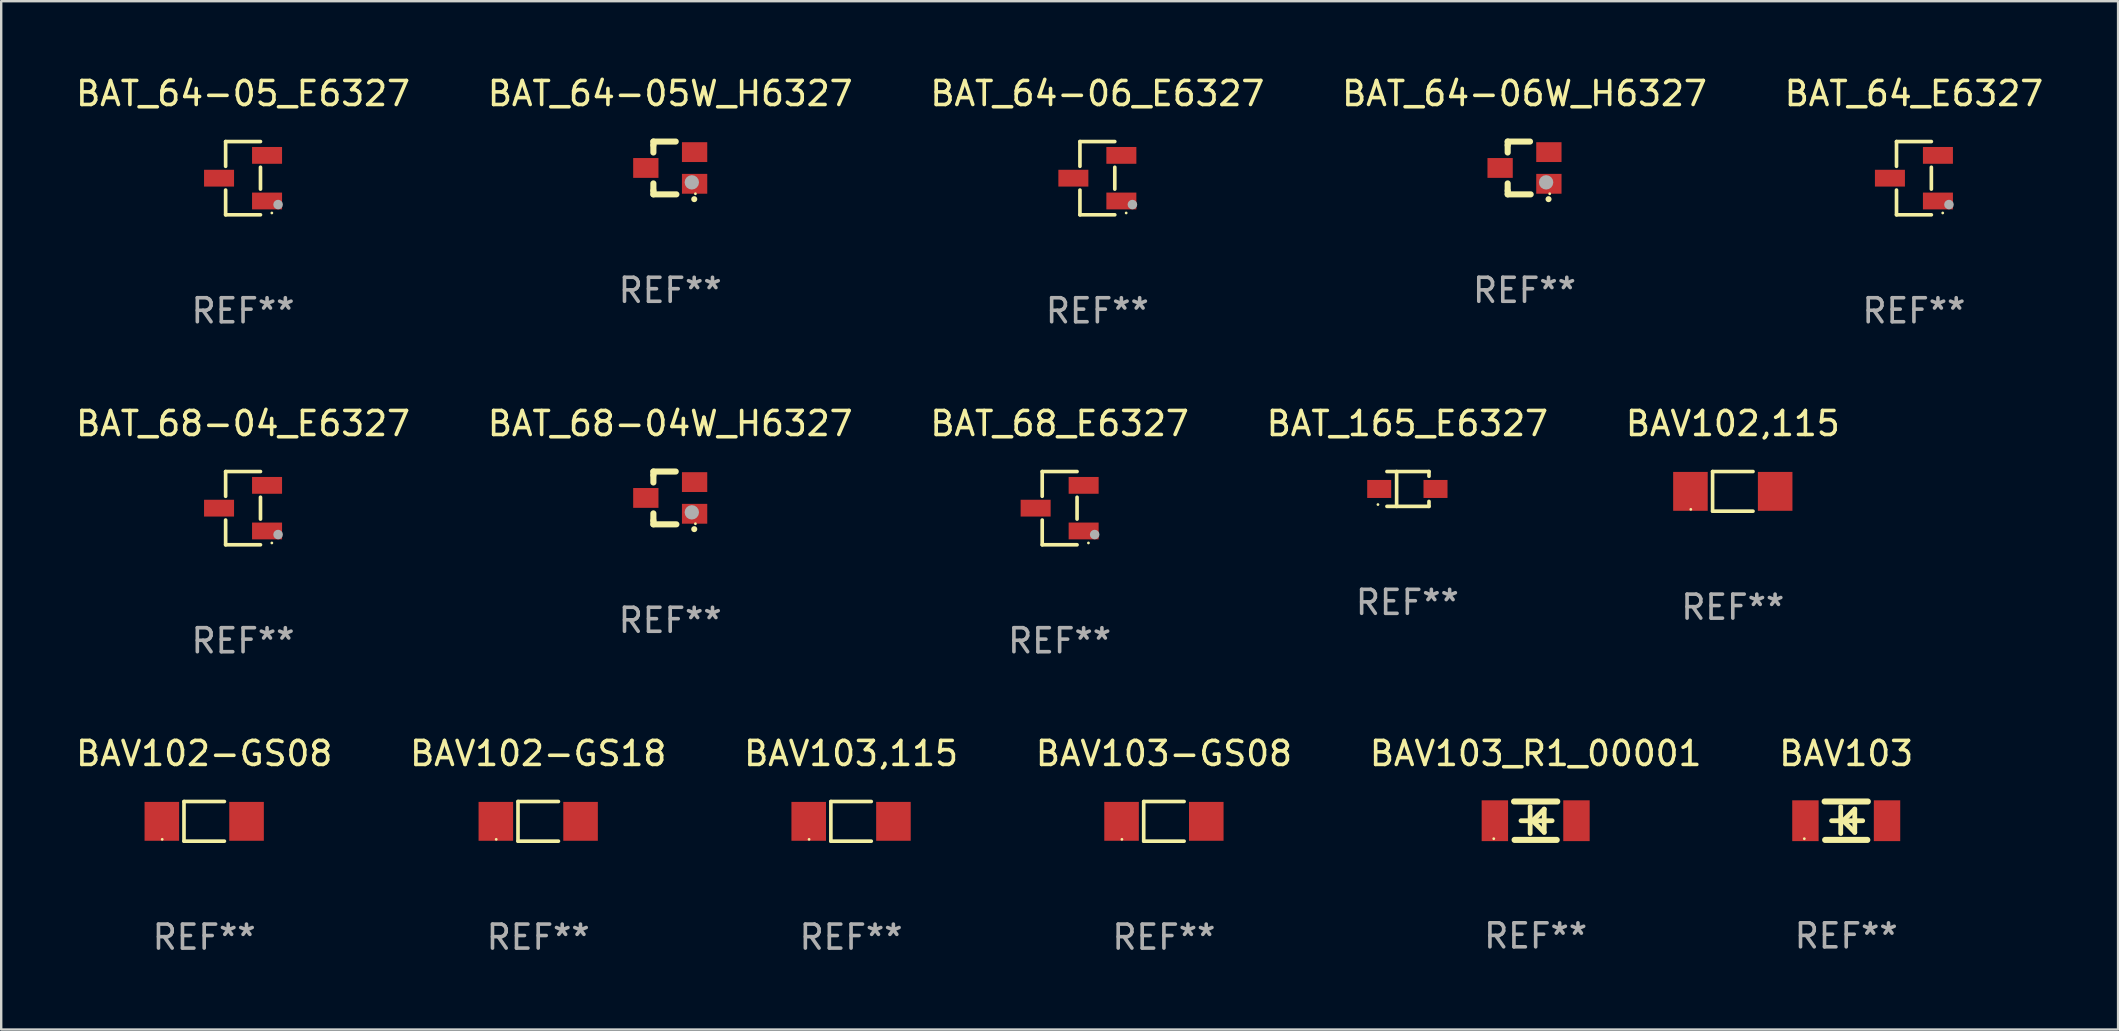
<source format=kicad_pcb>
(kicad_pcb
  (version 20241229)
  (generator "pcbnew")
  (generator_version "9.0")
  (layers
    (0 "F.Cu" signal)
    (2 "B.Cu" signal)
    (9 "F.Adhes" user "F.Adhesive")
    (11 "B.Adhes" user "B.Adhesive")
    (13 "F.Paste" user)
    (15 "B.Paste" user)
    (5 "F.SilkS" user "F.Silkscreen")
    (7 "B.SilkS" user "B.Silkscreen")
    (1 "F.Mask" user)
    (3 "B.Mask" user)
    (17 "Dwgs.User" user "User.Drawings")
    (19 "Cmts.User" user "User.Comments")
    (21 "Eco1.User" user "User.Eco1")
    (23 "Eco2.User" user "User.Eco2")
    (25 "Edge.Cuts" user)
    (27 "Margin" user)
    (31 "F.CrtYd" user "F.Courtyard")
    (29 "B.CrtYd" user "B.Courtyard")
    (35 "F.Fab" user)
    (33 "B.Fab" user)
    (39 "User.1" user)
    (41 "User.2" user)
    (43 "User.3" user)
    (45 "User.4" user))
  (footprint "BAT_64-06W_H6327"
    (layer "F.Cu")
    (at 60.47 3.948)
    (property "Reference" "BAT_64-06W_H6327" (at 0 -3.1 0) (layer "F.SilkS") (effects (font (size 1 1) (thickness 0.15))))
    (attr through_hole)
    (fp_line (start -0.701 -0.95) (end -0.701 -1.1) (stroke (width 0.254) (type solid)) (layer "F.SilkS"))
    (fp_line (start -0.701 -0.644) (end -0.701 -0.95) (stroke (width 0.254) (type solid)) (layer "F.SilkS"))
    (fp_line (start -0.701 0.95) (end -0.701 0.644) (stroke (width 0.254) (type solid)) (layer "F.SilkS"))
    (fp_line (start -0.701 0.95) (end -0.701 1.1) (stroke (width 0.254) (type solid)) (layer "F.SilkS"))
    (fp_line (start -0.7 -1.1) (end 0.23 -1.1) (stroke (width 0.254) (type solid)) (layer "F.SilkS"))
    (fp_line (start -0.7 1.1) (end 0.258 1.1) (stroke (width 0.254) (type solid)) (layer "F.SilkS"))
    (fp_arc (start 1 1.3) (mid 1.00127 1.299994) (end 1.00254 1.3) (stroke (width 0.24892) (type solid)) (layer "F.SilkS"))
    (fp_circle (center 1.05 1.075) (end 1.08 1.075) (stroke (width 0.06) (type solid)) (fill no) (layer "F.SilkS"))
    (fp_circle (center 0.9 0.6) (end 1.05 0.6) (stroke (width 0.3) (type solid)) (fill no) (layer "F.Fab"))
    (fp_text user "REF**" (at 0 5.1 0) (layer "F.Fab") (effects (font (size 1 1) (thickness 0.15))))
    (pad "1" smd rect (at 1.016 0.66) (size 1.054 0.826) (layers "F.Cu" "F.Mask" "F.Paste"))
    (pad "2" smd rect (at 1.016 -0.66) (size 1.054 0.826) (layers "F.Cu" "F.Mask" "F.Paste"))
    (pad "3" smd rect (at -1.016 0) (size 1.054 0.826) (layers "F.Cu" "F.Mask" "F.Paste")))
  (footprint "BAV103,115"
    (layer "F.Cu")
    (at 32.411 31.172)
    (property "Reference" "BAV103,115" (at 0 -2.826 0) (layer "F.SilkS") (effects (font (size 1 1) (thickness 0.15))))
    (attr through_hole)
    (fp_line (start -0.842 -0.826) (end -0.842 0.826) (stroke (width 0.152) (type solid)) (layer "F.SilkS"))
    (fp_line (start -0.842 -0.826) (end 0.842 -0.826) (stroke (width 0.152) (type solid)) (layer "F.SilkS"))
    (fp_line (start -0.842 0.826) (end 0.842 0.826) (stroke (width 0.152) (type solid)) (layer "F.SilkS"))
    (fp_circle (center -1.75 0.75) (end -1.72 0.75) (stroke (width 0.06) (type solid)) (fill no) (layer "F.SilkS"))
    (fp_text user "REF**" (at 0 4.826 0) (layer "F.Fab") (effects (font (size 1 1) (thickness 0.15))))
    (pad "1" smd rect (at -1.765 0) (size 1.44 1.62) (layers "F.Cu" "F.Mask" "F.Paste"))
    (pad "2" smd rect (at 1.765 0) (size 1.44 1.62) (layers "F.Cu" "F.Mask" "F.Paste")))
  (footprint "BAT_64_E6327"
    (layer "F.Cu")
    (at 76.696 4.374)
    (property "Reference" "BAT_64_E6327" (at 0 -3.526 0) (layer "F.SilkS") (effects (font (size 1 1) (thickness 0.15))))
    (attr through_hole)
    (fp_line (start -0.726 -1.526) (end -0.726 -0.495) (stroke (width 0.152) (type solid)) (layer "F.SilkS"))
    (fp_line (start -0.726 1.526) (end -0.726 0.495) (stroke (width 0.152) (type solid)) (layer "F.SilkS"))
    (fp_line (start 0.726 -1.526) (end -0.726 -1.526) (stroke (width 0.152) (type solid)) (layer "F.SilkS"))
    (fp_line (start 0.726 -0.455) (end 0.726 0.455) (stroke (width 0.152) (type solid)) (layer "F.SilkS"))
    (fp_line (start 0.726 1.526) (end -0.726 1.526) (stroke (width 0.152) (type solid)) (layer "F.SilkS"))
    (fp_circle (center 1.2 1.45) (end 1.23 1.45) (stroke (width 0.06) (type solid)) (fill no) (layer "F.SilkS"))
    (fp_circle (center 1.46 1.1) (end 1.56 1.1) (stroke (width 0.2) (type solid)) (fill no) (layer "F.Fab"))
    (fp_text user "REF**" (at 0 5.526 0) (layer "F.Fab") (effects (font (size 1 1) (thickness 0.15))))
    (pad "1" smd rect (at 1 0.95) (size 1.25 0.7) (layers "F.Cu" "F.Mask" "F.Paste"))
    (pad "2" smd rect (at 1 -0.95) (size 1.25 0.7) (layers "F.Cu" "F.Mask" "F.Paste"))
    (pad "3" smd rect (at -1 0) (size 1.25 0.7) (layers "F.Cu" "F.Mask" "F.Paste")))
  (footprint "BAT_68_E6327"
    (layer "F.Cu")
    (at 41.101 18.123)
    (property "Reference" "BAT_68_E6327" (at 0 -3.526 0) (layer "F.SilkS") (effects (font (size 1 1) (thickness 0.15))))
    (attr through_hole)
    (fp_line (start -0.726 -1.526) (end -0.726 -0.495) (stroke (width 0.152) (type solid)) (layer "F.SilkS"))
    (fp_line (start -0.726 1.526) (end -0.726 0.495) (stroke (width 0.152) (type solid)) (layer "F.SilkS"))
    (fp_line (start 0.726 -1.526) (end -0.726 -1.526) (stroke (width 0.152) (type solid)) (layer "F.SilkS"))
    (fp_line (start 0.726 -0.455) (end 0.726 0.455) (stroke (width 0.152) (type solid)) (layer "F.SilkS"))
    (fp_line (start 0.726 1.526) (end -0.726 1.526) (stroke (width 0.152) (type solid)) (layer "F.SilkS"))
    (fp_circle (center 1.2 1.45) (end 1.23 1.45) (stroke (width 0.06) (type solid)) (fill no) (layer "F.SilkS"))
    (fp_circle (center 1.46 1.1) (end 1.56 1.1) (stroke (width 0.2) (type solid)) (fill no) (layer "F.Fab"))
    (fp_text user "REF**" (at 0 5.526 0) (layer "F.Fab") (effects (font (size 1 1) (thickness 0.15))))
    (pad "1" smd rect (at 1 0.95) (size 1.25 0.7) (layers "F.Cu" "F.Mask" "F.Paste"))
    (pad "2" smd rect (at 1 -0.95) (size 1.25 0.7) (layers "F.Cu" "F.Mask" "F.Paste"))
    (pad "3" smd rect (at -1 0) (size 1.25 0.7) (layers "F.Cu" "F.Mask" "F.Paste")))
  (footprint "BAT_64-06_E6327"
    (layer "F.Cu")
    (at 42.673 4.374)
    (property "Reference" "BAT_64-06_E6327" (at 0 -3.526 0) (layer "F.SilkS") (effects (font (size 1 1) (thickness 0.15))))
    (attr through_hole)
    (fp_line (start -0.726 -1.526) (end -0.726 -0.495) (stroke (width 0.152) (type solid)) (layer "F.SilkS"))
    (fp_line (start -0.726 1.526) (end -0.726 0.495) (stroke (width 0.152) (type solid)) (layer "F.SilkS"))
    (fp_line (start 0.726 -1.526) (end -0.726 -1.526) (stroke (width 0.152) (type solid)) (layer "F.SilkS"))
    (fp_line (start 0.726 -0.455) (end 0.726 0.455) (stroke (width 0.152) (type solid)) (layer "F.SilkS"))
    (fp_line (start 0.726 1.526) (end -0.726 1.526) (stroke (width 0.152) (type solid)) (layer "F.SilkS"))
    (fp_circle (center 1.2 1.45) (end 1.23 1.45) (stroke (width 0.06) (type solid)) (fill no) (layer "F.SilkS"))
    (fp_circle (center 1.46 1.1) (end 1.56 1.1) (stroke (width 0.2) (type solid)) (fill no) (layer "F.Fab"))
    (fp_text user "REF**" (at 0 5.526 0) (layer "F.Fab") (effects (font (size 1 1) (thickness 0.15))))
    (pad "1" smd rect (at 1 0.95) (size 1.25 0.7) (layers "F.Cu" "F.Mask" "F.Paste"))
    (pad "2" smd rect (at 1 -0.95) (size 1.25 0.7) (layers "F.Cu" "F.Mask" "F.Paste"))
    (pad "3" smd rect (at -1 0) (size 1.25 0.7) (layers "F.Cu" "F.Mask" "F.Paste")))
  (footprint "BAV103_R1_00001"
    (layer "F.Cu")
    (at 60.935 31.146)
    (property "Reference" "BAV103_R1_00001" (at 0 -2.8 0) (layer "F.SilkS") (effects (font (size 1 1) (thickness 0.15))))
    (attr through_hole)
    (fp_line (start -0.9 -0.8) (end 0.9 -0.8) (stroke (width 0.254) (type solid)) (layer "F.SilkS"))
    (fp_line (start -0.878 0.8) (end 0.878 0.8) (stroke (width 0.254) (type solid)) (layer "F.SilkS"))
    (fp_line (start -0.61 0) (end 0.686 0) (stroke (width 0.2) (type solid)) (layer "F.SilkS"))
    (fp_line (start -0.229 -0.584) (end -0.229 0.533) (stroke (width 0.2) (type solid)) (layer "F.SilkS"))
    (fp_line (start -0.127 0) (end 0.356 -0.483) (stroke (width 0.2) (type solid)) (layer "F.SilkS"))
    (fp_line (start 0.356 -0.483) (end 0.356 0.483) (stroke (width 0.2) (type solid)) (layer "F.SilkS"))
    (fp_line (start 0.356 0.483) (end -0.102 0.025) (stroke (width 0.2) (type solid)) (layer "F.SilkS"))
    (fp_circle (center -1.746 0.75) (end -1.716 0.75) (stroke (width 0.06) (type solid)) (fill no) (layer "F.SilkS"))
    (fp_text user "REF**" (at 0 4.8 0) (layer "F.Fab") (effects (font (size 1 1) (thickness 0.15))))
    (pad "1" smd rect (at -1.7 0 180) (size 1.1 1.7) (layers "F.Cu" "F.Mask" "F.Paste"))
    (pad "2" smd rect (at 1.7 0 180) (size 1.1 1.7) (layers "F.Cu" "F.Mask" "F.Paste")))
  (footprint "BAV103-GS08"
    (layer "F.Cu")
    (at 45.446 31.172)
    (property "Reference" "BAV103-GS08" (at 0 -2.826 0) (layer "F.SilkS") (effects (font (size 1 1) (thickness 0.15))))
    (attr through_hole)
    (fp_line (start -0.842 -0.826) (end -0.842 0.826) (stroke (width 0.152) (type solid)) (layer "F.SilkS"))
    (fp_line (start -0.842 -0.826) (end 0.842 -0.826) (stroke (width 0.152) (type solid)) (layer "F.SilkS"))
    (fp_line (start -0.842 0.826) (end 0.842 0.826) (stroke (width 0.152) (type solid)) (layer "F.SilkS"))
    (fp_circle (center -1.75 0.75) (end -1.72 0.75) (stroke (width 0.06) (type solid)) (fill no) (layer "F.SilkS"))
    (fp_text user "REF**" (at 0 4.826 0) (layer "F.Fab") (effects (font (size 1 1) (thickness 0.15))))
    (pad "1" smd rect (at -1.765 0) (size 1.44 1.62) (layers "F.Cu" "F.Mask" "F.Paste"))
    (pad "2" smd rect (at 1.765 0) (size 1.44 1.62) (layers "F.Cu" "F.Mask" "F.Paste")))
  (footprint "BAT_68-04_E6327"
    (layer "F.Cu")
    (at 7.077 18.123)
    (property "Reference" "BAT_68-04_E6327" (at 0 -3.526 0) (layer "F.SilkS") (effects (font (size 1 1) (thickness 0.15))))
    (attr through_hole)
    (fp_line (start -0.726 -1.526) (end -0.726 -0.495) (stroke (width 0.152) (type solid)) (layer "F.SilkS"))
    (fp_line (start -0.726 1.526) (end -0.726 0.495) (stroke (width 0.152) (type solid)) (layer "F.SilkS"))
    (fp_line (start 0.726 -1.526) (end -0.726 -1.526) (stroke (width 0.152) (type solid)) (layer "F.SilkS"))
    (fp_line (start 0.726 -0.455) (end 0.726 0.455) (stroke (width 0.152) (type solid)) (layer "F.SilkS"))
    (fp_line (start 0.726 1.526) (end -0.726 1.526) (stroke (width 0.152) (type solid)) (layer "F.SilkS"))
    (fp_circle (center 1.2 1.45) (end 1.23 1.45) (stroke (width 0.06) (type solid)) (fill no) (layer "F.SilkS"))
    (fp_circle (center 1.46 1.1) (end 1.56 1.1) (stroke (width 0.2) (type solid)) (fill no) (layer "F.Fab"))
    (fp_text user "REF**" (at 0 5.526 0) (layer "F.Fab") (effects (font (size 1 1) (thickness 0.15))))
    (pad "1" smd rect (at 1 0.95) (size 1.25 0.7) (layers "F.Cu" "F.Mask" "F.Paste"))
    (pad "2" smd rect (at 1 -0.95) (size 1.25 0.7) (layers "F.Cu" "F.Mask" "F.Paste"))
    (pad "3" smd rect (at -1 0) (size 1.25 0.7) (layers "F.Cu" "F.Mask" "F.Paste")))
  (footprint "BAT_64-05W_H6327"
    (layer "F.Cu")
    (at 24.875 3.948)
    (property "Reference" "BAT_64-05W_H6327" (at 0 -3.1 0) (layer "F.SilkS") (effects (font (size 1 1) (thickness 0.15))))
    (attr through_hole)
    (fp_line (start -0.701 -0.95) (end -0.701 -1.1) (stroke (width 0.254) (type solid)) (layer "F.SilkS"))
    (fp_line (start -0.701 -0.644) (end -0.701 -0.95) (stroke (width 0.254) (type solid)) (layer "F.SilkS"))
    (fp_line (start -0.701 0.95) (end -0.701 0.644) (stroke (width 0.254) (type solid)) (layer "F.SilkS"))
    (fp_line (start -0.701 0.95) (end -0.701 1.1) (stroke (width 0.254) (type solid)) (layer "F.SilkS"))
    (fp_line (start -0.7 -1.1) (end 0.23 -1.1) (stroke (width 0.254) (type solid)) (layer "F.SilkS"))
    (fp_line (start -0.7 1.1) (end 0.258 1.1) (stroke (width 0.254) (type solid)) (layer "F.SilkS"))
    (fp_arc (start 1 1.3) (mid 1.00127 1.299994) (end 1.00254 1.3) (stroke (width 0.24892) (type solid)) (layer "F.SilkS"))
    (fp_circle (center 1.05 1.075) (end 1.08 1.075) (stroke (width 0.06) (type solid)) (fill no) (layer "F.SilkS"))
    (fp_circle (center 0.9 0.6) (end 1.05 0.6) (stroke (width 0.3) (type solid)) (fill no) (layer "F.Fab"))
    (fp_text user "REF**" (at 0 5.1 0) (layer "F.Fab") (effects (font (size 1 1) (thickness 0.15))))
    (pad "1" smd rect (at 1.016 0.66) (size 1.054 0.826) (layers "F.Cu" "F.Mask" "F.Paste"))
    (pad "2" smd rect (at 1.016 -0.66) (size 1.054 0.826) (layers "F.Cu" "F.Mask" "F.Paste"))
    (pad "3" smd rect (at -1.016 0) (size 1.054 0.826) (layers "F.Cu" "F.Mask" "F.Paste")))
  (footprint "BAV102,115"
    (layer "F.Cu")
    (at 69.149 17.423)
    (property "Reference" "BAV102,115" (at 0 -2.826 0) (layer "F.SilkS") (effects (font (size 1 1) (thickness 0.15))))
    (attr through_hole)
    (fp_line (start -0.842 -0.826) (end -0.842 0.826) (stroke (width 0.152) (type solid)) (layer "F.SilkS"))
    (fp_line (start -0.842 -0.826) (end 0.842 -0.826) (stroke (width 0.152) (type solid)) (layer "F.SilkS"))
    (fp_line (start -0.842 0.826) (end 0.842 0.826) (stroke (width 0.152) (type solid)) (layer "F.SilkS"))
    (fp_circle (center -1.75 0.75) (end -1.72 0.75) (stroke (width 0.06) (type solid)) (fill no) (layer "F.SilkS"))
    (fp_text user "REF**" (at 0 4.826 0) (layer "F.Fab") (effects (font (size 1 1) (thickness 0.15))))
    (pad "1" smd rect (at -1.765 0) (size 1.44 1.62) (layers "F.Cu" "F.Mask" "F.Paste"))
    (pad "2" smd rect (at 1.765 0) (size 1.44 1.62) (layers "F.Cu" "F.Mask" "F.Paste")))
  (footprint "BAV102-GS18"
    (layer "F.Cu")
    (at 19.375 31.172)
    (property "Reference" "BAV102-GS18" (at 0 -2.826 0) (layer "F.SilkS") (effects (font (size 1 1) (thickness 0.15))))
    (attr through_hole)
    (fp_line (start -0.842 -0.826) (end -0.842 0.826) (stroke (width 0.152) (type solid)) (layer "F.SilkS"))
    (fp_line (start -0.842 -0.826) (end 0.842 -0.826) (stroke (width 0.152) (type solid)) (layer "F.SilkS"))
    (fp_line (start -0.842 0.826) (end 0.842 0.826) (stroke (width 0.152) (type solid)) (layer "F.SilkS"))
    (fp_circle (center -1.75 0.75) (end -1.72 0.75) (stroke (width 0.06) (type solid)) (fill no) (layer "F.SilkS"))
    (fp_text user "REF**" (at 0 4.826 0) (layer "F.Fab") (effects (font (size 1 1) (thickness 0.15))))
    (pad "1" smd rect (at -1.765 0) (size 1.44 1.62) (layers "F.Cu" "F.Mask" "F.Paste"))
    (pad "2" smd rect (at 1.765 0) (size 1.44 1.62) (layers "F.Cu" "F.Mask" "F.Paste")))
  (footprint "BAV102-GS08"
    (layer "F.Cu")
    (at 5.458 31.172)
    (property "Reference" "BAV102-GS08" (at 0 -2.826 0) (layer "F.SilkS") (effects (font (size 1 1) (thickness 0.15))))
    (attr through_hole)
    (fp_line (start -0.842 -0.826) (end -0.842 0.826) (stroke (width 0.152) (type solid)) (layer "F.SilkS"))
    (fp_line (start -0.842 -0.826) (end 0.842 -0.826) (stroke (width 0.152) (type solid)) (layer "F.SilkS"))
    (fp_line (start -0.842 0.826) (end 0.842 0.826) (stroke (width 0.152) (type solid)) (layer "F.SilkS"))
    (fp_circle (center -1.75 0.75) (end -1.72 0.75) (stroke (width 0.06) (type solid)) (fill no) (layer "F.SilkS"))
    (fp_text user "REF**" (at 0 4.826 0) (layer "F.Fab") (effects (font (size 1 1) (thickness 0.15))))
    (pad "1" smd rect (at -1.765 0) (size 1.44 1.62) (layers "F.Cu" "F.Mask" "F.Paste"))
    (pad "2" smd rect (at 1.765 0) (size 1.44 1.62) (layers "F.Cu" "F.Mask" "F.Paste")))
  (footprint "BAV103"
    (layer "F.Cu")
    (at 73.875 31.146)
    (property "Reference" "BAV103" (at 0 -2.8 0) (layer "F.SilkS") (effects (font (size 1 1) (thickness 0.15))))
    (attr through_hole)
    (fp_line (start -0.9 -0.8) (end 0.9 -0.8) (stroke (width 0.254) (type solid)) (layer "F.SilkS"))
    (fp_line (start -0.878 0.8) (end 0.878 0.8) (stroke (width 0.254) (type solid)) (layer "F.SilkS"))
    (fp_line (start -0.61 0) (end 0.686 0) (stroke (width 0.2) (type solid)) (layer "F.SilkS"))
    (fp_line (start -0.229 -0.584) (end -0.229 0.533) (stroke (width 0.2) (type solid)) (layer "F.SilkS"))
    (fp_line (start -0.127 0) (end 0.356 -0.483) (stroke (width 0.2) (type solid)) (layer "F.SilkS"))
    (fp_line (start 0.356 -0.483) (end 0.356 0.483) (stroke (width 0.2) (type solid)) (layer "F.SilkS"))
    (fp_line (start 0.356 0.483) (end -0.102 0.025) (stroke (width 0.2) (type solid)) (layer "F.SilkS"))
    (fp_circle (center -1.746 0.75) (end -1.716 0.75) (stroke (width 0.06) (type solid)) (fill no) (layer "F.SilkS"))
    (fp_text user "REF**" (at 0 4.8 0) (layer "F.Fab") (effects (font (size 1 1) (thickness 0.15))))
    (pad "1" smd rect (at -1.7 0 180) (size 1.1 1.7) (layers "F.Cu" "F.Mask" "F.Paste"))
    (pad "2" smd rect (at 1.7 0 180) (size 1.1 1.7) (layers "F.Cu" "F.Mask" "F.Paste")))
  (footprint "BAT_68-04W_H6327"
    (layer "F.Cu")
    (at 24.875 17.697)
    (property "Reference" "BAT_68-04W_H6327" (at 0 -3.1 0) (layer "F.SilkS") (effects (font (size 1 1) (thickness 0.15))))
    (attr through_hole)
    (fp_line (start -0.701 -0.95) (end -0.701 -1.1) (stroke (width 0.254) (type solid)) (layer "F.SilkS"))
    (fp_line (start -0.701 -0.644) (end -0.701 -0.95) (stroke (width 0.254) (type solid)) (layer "F.SilkS"))
    (fp_line (start -0.701 0.95) (end -0.701 0.644) (stroke (width 0.254) (type solid)) (layer "F.SilkS"))
    (fp_line (start -0.701 0.95) (end -0.701 1.1) (stroke (width 0.254) (type solid)) (layer "F.SilkS"))
    (fp_line (start -0.7 -1.1) (end 0.23 -1.1) (stroke (width 0.254) (type solid)) (layer "F.SilkS"))
    (fp_line (start -0.7 1.1) (end 0.258 1.1) (stroke (width 0.254) (type solid)) (layer "F.SilkS"))
    (fp_arc (start 1 1.3) (mid 1.00127 1.299994) (end 1.00254 1.3) (stroke (width 0.24892) (type solid)) (layer "F.SilkS"))
    (fp_circle (center 1.05 1.075) (end 1.08 1.075) (stroke (width 0.06) (type solid)) (fill no) (layer "F.SilkS"))
    (fp_circle (center 0.9 0.6) (end 1.05 0.6) (stroke (width 0.3) (type solid)) (fill no) (layer "F.Fab"))
    (fp_text user "REF**" (at 0 5.1 0) (layer "F.Fab") (effects (font (size 1 1) (thickness 0.15))))
    (pad "1" smd rect (at 1.016 0.66) (size 1.054 0.826) (layers "F.Cu" "F.Mask" "F.Paste"))
    (pad "2" smd rect (at 1.016 -0.66) (size 1.054 0.826) (layers "F.Cu" "F.Mask" "F.Paste"))
    (pad "3" smd rect (at -1.016 0) (size 1.054 0.826) (layers "F.Cu" "F.Mask" "F.Paste")))
  (footprint "BAT_64-05_E6327"
    (layer "F.Cu")
    (at 7.077 4.374)
    (property "Reference" "BAT_64-05_E6327" (at 0 -3.526 0) (layer "F.SilkS") (effects (font (size 1 1) (thickness 0.15))))
    (attr through_hole)
    (fp_line (start -0.726 -1.526) (end -0.726 -0.495) (stroke (width 0.152) (type solid)) (layer "F.SilkS"))
    (fp_line (start -0.726 1.526) (end -0.726 0.495) (stroke (width 0.152) (type solid)) (layer "F.SilkS"))
    (fp_line (start 0.726 -1.526) (end -0.726 -1.526) (stroke (width 0.152) (type solid)) (layer "F.SilkS"))
    (fp_line (start 0.726 -0.455) (end 0.726 0.455) (stroke (width 0.152) (type solid)) (layer "F.SilkS"))
    (fp_line (start 0.726 1.526) (end -0.726 1.526) (stroke (width 0.152) (type solid)) (layer "F.SilkS"))
    (fp_circle (center 1.2 1.45) (end 1.23 1.45) (stroke (width 0.06) (type solid)) (fill no) (layer "F.SilkS"))
    (fp_circle (center 1.46 1.1) (end 1.56 1.1) (stroke (width 0.2) (type solid)) (fill no) (layer "F.Fab"))
    (fp_text user "REF**" (at 0 5.526 0) (layer "F.Fab") (effects (font (size 1 1) (thickness 0.15))))
    (pad "1" smd rect (at 1 0.95) (size 1.25 0.7) (layers "F.Cu" "F.Mask" "F.Paste"))
    (pad "2" smd rect (at 1 -0.95) (size 1.25 0.7) (layers "F.Cu" "F.Mask" "F.Paste"))
    (pad "3" smd rect (at -1 0) (size 1.25 0.7) (layers "F.Cu" "F.Mask" "F.Paste")))
  (footprint "BAT_165_E6327"
    (layer "F.Cu")
    (at 55.589 17.323)
    (property "Reference" "BAT_165_E6327" (at 0 -2.726 0) (layer "F.SilkS") (effects (font (size 1 1) (thickness 0.15))))
    (attr through_hole)
    (fp_line (start -0.851 -0.726) (end 0.901 -0.726) (stroke (width 0.152) (type solid)) (layer "F.SilkS"))
    (fp_line (start -0.851 0.726) (end 0.901 0.726) (stroke (width 0.152) (type solid)) (layer "F.SilkS"))
    (fp_line (start -0.447 -0.726) (end -0.447 0.726) (stroke (width 0.152) (type solid)) (layer "F.SilkS"))
    (fp_line (start 0.901 -0.726) (end 0.901 -0.53) (stroke (width 0.152) (type solid)) (layer "F.SilkS"))
    (fp_line (start 0.901 0.726) (end 0.901 0.52) (stroke (width 0.152) (type solid)) (layer "F.SilkS"))
    (fp_circle (center -1.225 0.65) (end -1.195 0.65) (stroke (width 0.06) (type solid)) (fill no) (layer "F.SilkS"))
    (fp_text user "REF**" (at 0 4.726 0) (layer "F.Fab") (effects (font (size 1 1) (thickness 0.15))))
    (pad "1" smd rect (at -1.173 0) (size 1 0.75) (layers "F.Cu" "F.Mask" "F.Paste"))
    (pad "2" smd rect (at 1.173 0) (size 1 0.75) (layers "F.Cu" "F.Mask" "F.Paste")))
  (gr_rect
    (start -3 -3)
    (end 85.202 39.847)
    (stroke (width 0.1) (type default))
    (fill no)
    (layer "Edge.Cuts")))
</source>
